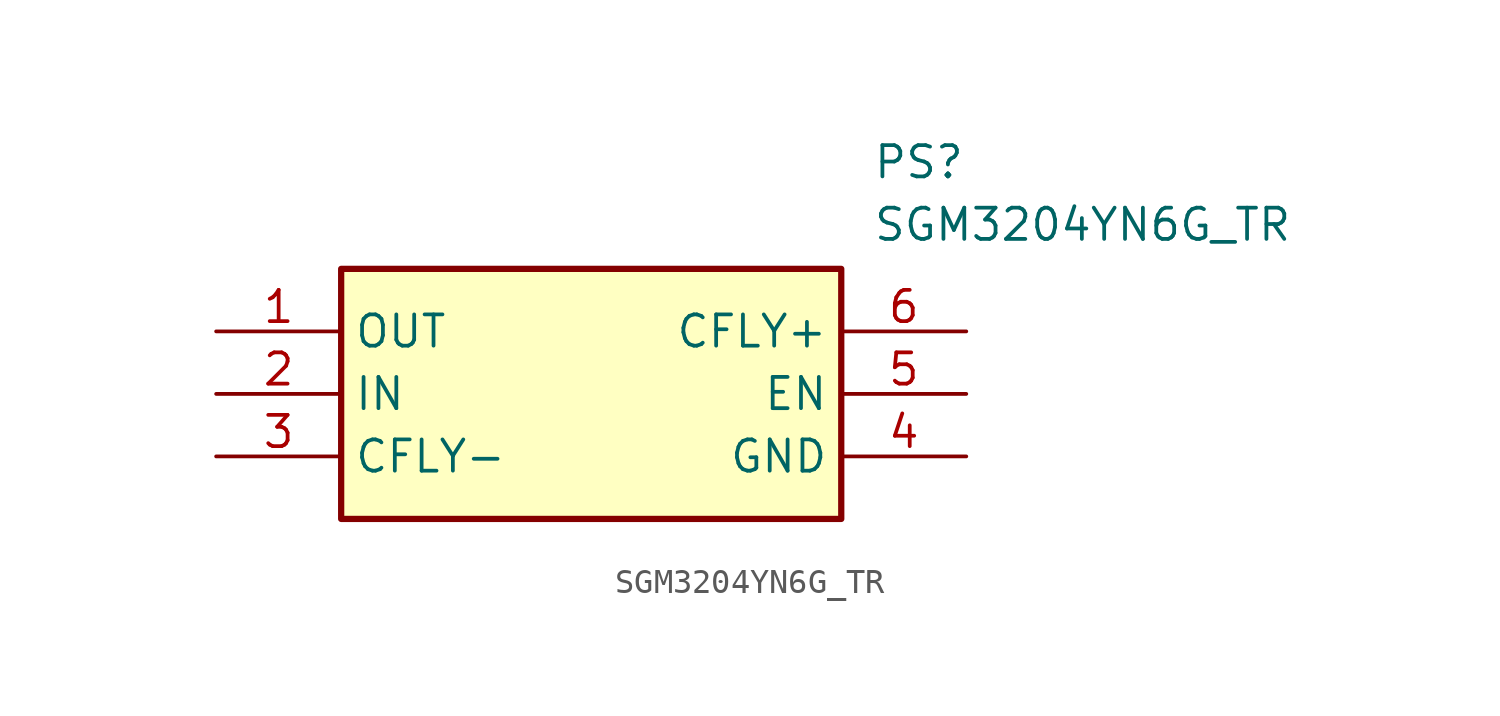
<source format=kicad_sym>
(kicad_symbol_lib
  (version 20211014)
  (generator SamacSys_ECAD_Model)
  (symbol "SGM3204YN6G_TR"
    (property "Reference" "PS"
      (at 26.67 7.62 0)
      (effects (font (size 1.27 1.27)) (justify left top)))
    (property "Value" "SGM3204YN6G_TR"
      (at 26.67 5.08 0)
      (effects (font (size 1.27 1.27)) (justify left top)))
    (rectangle
      (start 5.08 2.54)
      (end 25.4 -7.62)
      (stroke (width 0.254) (type default))
      (fill (type background)))
    (pin passive line
      (at 0 0 0)
      (length 5.08)
      (name "OUT" (effects (font (size 1.27 1.27))))
      (number "1" (effects (font (size 1.27 1.27)))))
    (pin passive line
      (at 0 -2.54 0)
      (length 5.08)
      (name "IN" (effects (font (size 1.27 1.27))))
      (number "2" (effects (font (size 1.27 1.27)))))
    (pin passive line
      (at 0 -5.08 0)
      (length 5.08)
      (name "CFLY-" (effects (font (size 1.27 1.27))))
      (number "3" (effects (font (size 1.27 1.27)))))
    (pin passive line
      (at 30.48 0 180)
      (length 5.08)
      (name "CFLY+" (effects (font (size 1.27 1.27))))
      (number "6" (effects (font (size 1.27 1.27)))))
    (pin passive line
      (at 30.48 -2.54 180)
      (length 5.08)
      (name "EN" (effects (font (size 1.27 1.27))))
      (number "5" (effects (font (size 1.27 1.27)))))
    (pin passive line
      (at 30.48 -5.08 180)
      (length 5.08)
      (name "GND" (effects (font (size 1.27 1.27))))
      (number "4" (effects (font (size 1.27 1.27)))))))
</source>
